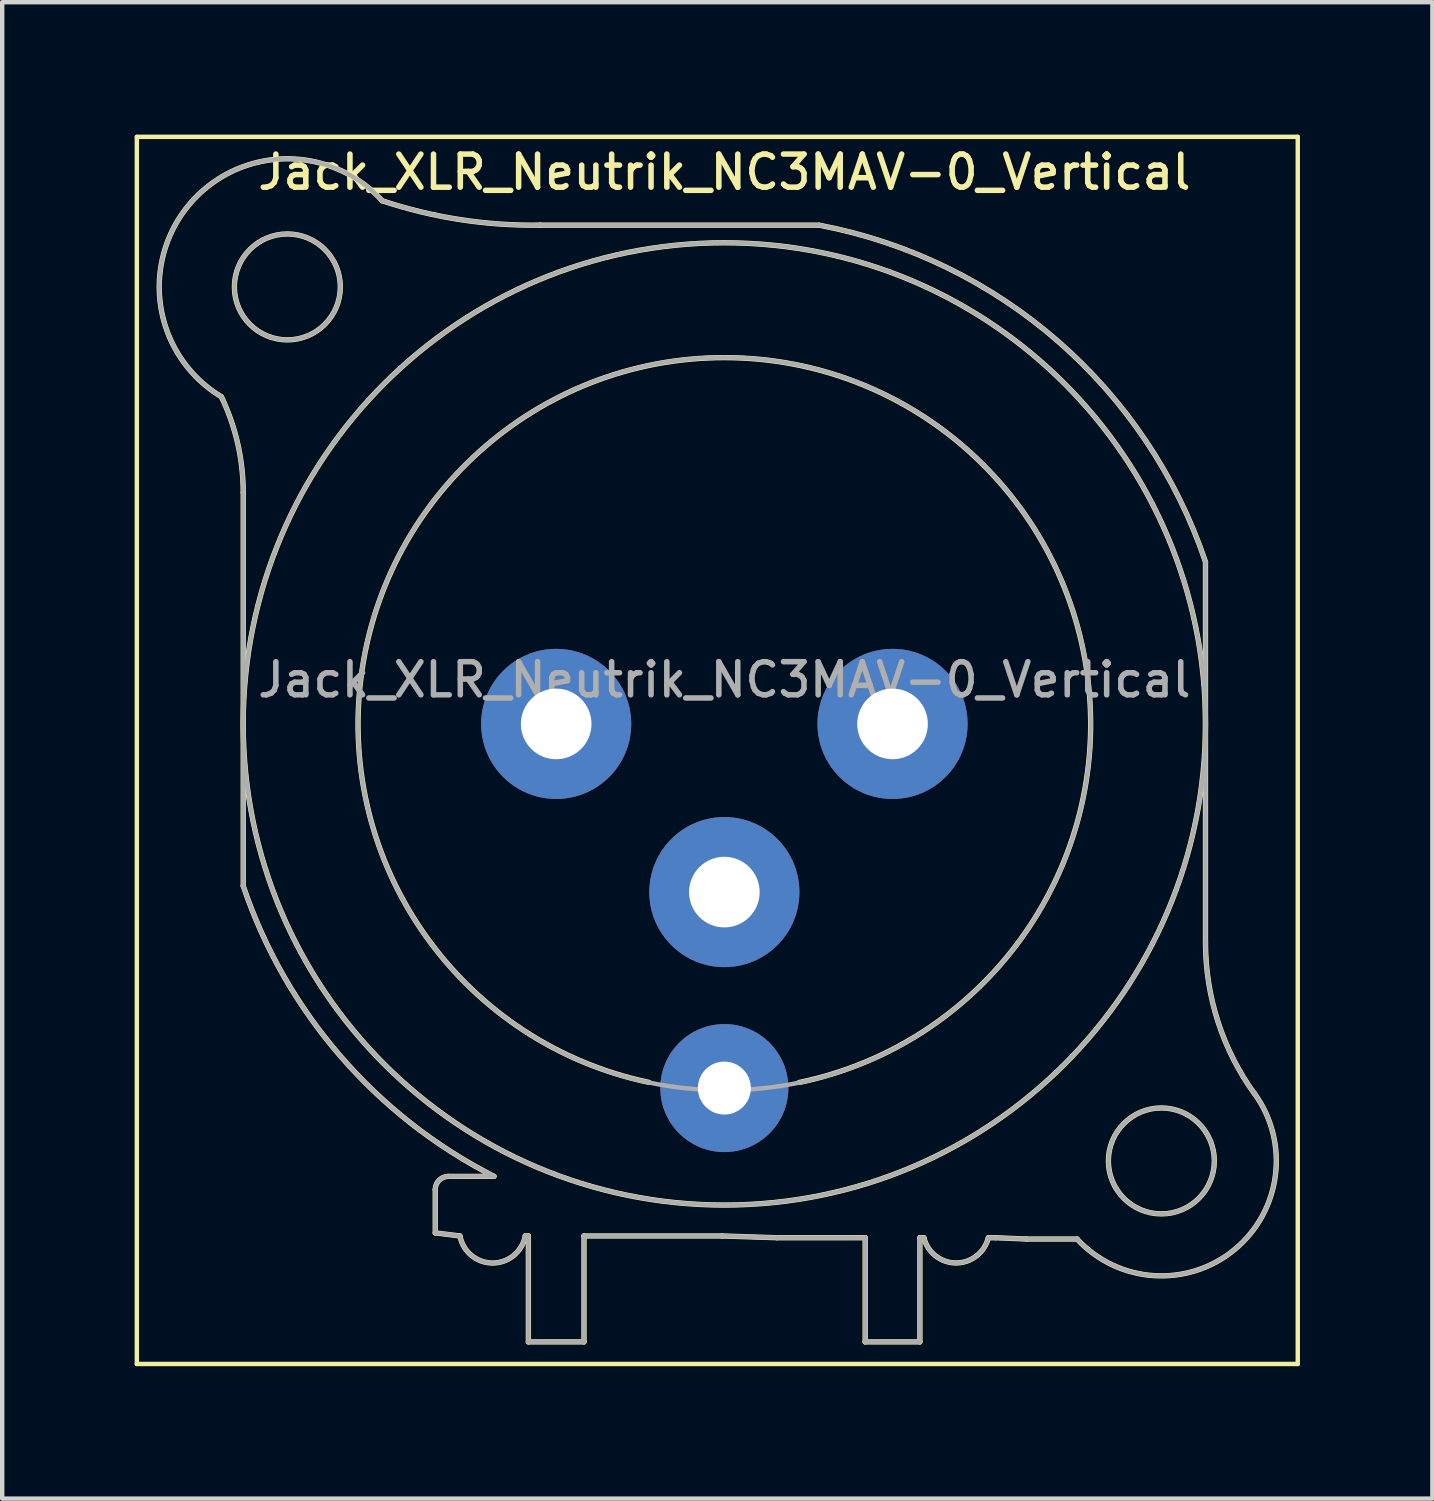
<source format=kicad_pcb>
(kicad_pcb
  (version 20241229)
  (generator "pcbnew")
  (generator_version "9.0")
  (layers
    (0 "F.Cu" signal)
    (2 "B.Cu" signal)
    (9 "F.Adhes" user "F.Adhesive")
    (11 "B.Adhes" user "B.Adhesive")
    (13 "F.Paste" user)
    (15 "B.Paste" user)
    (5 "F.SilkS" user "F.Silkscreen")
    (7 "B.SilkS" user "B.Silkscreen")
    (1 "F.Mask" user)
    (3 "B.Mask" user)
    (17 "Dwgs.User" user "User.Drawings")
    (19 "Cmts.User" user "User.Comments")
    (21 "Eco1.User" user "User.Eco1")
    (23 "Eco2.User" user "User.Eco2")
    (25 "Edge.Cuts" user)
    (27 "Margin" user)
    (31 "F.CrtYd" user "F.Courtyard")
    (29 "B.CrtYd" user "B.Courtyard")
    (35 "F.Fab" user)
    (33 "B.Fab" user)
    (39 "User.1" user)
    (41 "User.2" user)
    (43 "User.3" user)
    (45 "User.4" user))
  (footprint "Jack_XLR_Neutrik_NC3MAV-0_Vertical"
    (layer "F.Cu")
    (at 9.55 13.35)
    (property "Reference" "Jack_XLR_Neutrik_NC3MAV-0_Vertical" (at 3.81 -12.5 0) (layer "F.SilkS") (effects (font (size 0.75 0.75) (thickness 0.125))))
    (attr through_hole)
    (fp_line (start -9.5 -13.3) (end 16.8 -13.3) (stroke (width 0.1) (type solid)) (layer "F.SilkS"))
    (fp_line (start -9.5 14.5) (end -9.5 -13.3) (stroke (width 0.1) (type solid)) (layer "F.SilkS"))
    (fp_line (start -7.09 3.67) (end -7.09 -5.24) (stroke (width 0.12) (type solid)) (layer "F.SilkS"))
    (fp_line (start -2.74 11.53) (end -2.74 10.55) (stroke (width 0.12) (type solid)) (layer "F.SilkS"))
    (fp_line (start -2.74 11.53) (end -2.18 11.6) (stroke (width 0.12) (type solid)) (layer "F.SilkS"))
    (fp_line (start -1.41 10.25) (end -2.44 10.25) (stroke (width 0.12) (type solid)) (layer "F.SilkS"))
    (fp_line (start -0.7 11.6) (end -0.63 11.6) (stroke (width 0.12) (type solid)) (layer "F.SilkS"))
    (fp_line (start -0.63 11.6) (end -0.63 14) (stroke (width 0.12) (type solid)) (layer "F.SilkS"))
    (fp_line (start 0.63 11.6) (end 0.63 14) (stroke (width 0.12) (type solid)) (layer "F.SilkS"))
    (fp_line (start 0.63 11.6) (end 3.76 11.6) (stroke (width 0.12) (type solid)) (layer "F.SilkS"))
    (fp_line (start 0.63 14) (end -0.63 14) (stroke (width 0.12) (type solid)) (layer "F.SilkS"))
    (fp_line (start 3.76 11.6) (end 5 11.64) (stroke (width 0.12) (type solid)) (layer "F.SilkS"))
    (fp_line (start 5 11.64) (end 7 11.64) (stroke (width 0.12) (type solid)) (layer "F.SilkS"))
    (fp_line (start 5.95 -11.3) (end -0.36 -11.3) (stroke (width 0.12) (type solid)) (layer "F.SilkS"))
    (fp_line (start 7 11.64) (end 7 14) (stroke (width 0.12) (type solid)) (layer "F.SilkS"))
    (fp_line (start 8.24 11.64) (end 8.24 14) (stroke (width 0.12) (type solid)) (layer "F.SilkS"))
    (fp_line (start 8.24 11.64) (end 8.33 11.64) (stroke (width 0.12) (type solid)) (layer "F.SilkS"))
    (fp_line (start 8.24 14) (end 7 14) (stroke (width 0.12) (type solid)) (layer "F.SilkS"))
    (fp_line (start 9.79 11.64) (end 9.96 11.64) (stroke (width 0.12) (type solid)) (layer "F.SilkS"))
    (fp_line (start 9.96 11.64) (end 10.66 11.67) (stroke (width 0.12) (type solid)) (layer "F.SilkS"))
    (fp_line (start 10.66 11.67) (end 11.8 11.67) (stroke (width 0.12) (type solid)) (layer "F.SilkS"))
    (fp_line (start 14.71 -3.67) (end 14.71 4.95) (stroke (width 0.12) (type solid)) (layer "F.SilkS"))
    (fp_line (start 16.8 -13.3) (end 16.8 14.5) (stroke (width 0.1) (type solid)) (layer "F.SilkS"))
    (fp_line (start 16.8 14.5) (end -9.5 14.5) (stroke (width 0.1) (type solid)) (layer "F.SilkS"))
    (fp_arc (start -7.593301 -7.417041) (mid -8.329941 -11.745986) (end -3.94 -11.85) (stroke (width 0.12) (type solid)) (layer "F.SilkS"))
    (fp_arc (start -7.585604 -7.412632) (mid -7.215472 -6.354221) (end -7.09 -5.24) (stroke (width 0.12) (type solid)) (layer "F.SilkS"))
    (fp_arc (start -2.74 10.55) (mid -2.652132 10.337868) (end -2.44 10.25) (stroke (width 0.12) (type solid)) (layer "F.SilkS"))
    (fp_arc (start -1.409988 10.248445) (mid -4.895314 7.51641) (end -7.09 3.67) (stroke (width 0.12) (type solid)) (layer "F.SilkS"))
    (fp_arc (start -0.699936 11.599661) (mid -1.439828 12.213127) (end -2.18 11.6) (stroke (width 0.12) (type solid)) (layer "F.SilkS"))
    (fp_arc (start -0.36 -11.3) (mid -2.1728 -11.424322) (end -3.939109 -11.850762) (stroke (width 0.12) (type solid)) (layer "F.SilkS"))
    (fp_arc (start 2.1 8.12) (mid 3.816114 -8.2981) (end 5.508033 8.122511) (stroke (width 0.12) (type solid)) (layer "F.SilkS"))
    (fp_arc (start 5.963496 -11.297847) (mid 11.369395 -8.668013) (end 14.71 -3.67) (stroke (width 0.12) (type solid)) (layer "F.SilkS"))
    (fp_arc (start 9.789694 11.641238) (mid 9.059362 12.211864) (end 8.33 11.64) (stroke (width 0.12) (type solid)) (layer "F.SilkS"))
    (fp_arc (start 15.815277 8.372002) (mid 14.993173 6.748036) (end 14.71 4.95) (stroke (width 0.12) (type solid)) (layer "F.SilkS"))
    (fp_arc (start 15.818809 8.372281) (mid 15.361853 11.913053) (end 11.8 11.67) (stroke (width 0.12) (type solid)) (layer "F.SilkS"))
    (fp_circle (center -6.09 -9.9) (end -4.89 -9.9) (stroke (width 0.12) (type solid)) (fill no) (layer "F.SilkS"))
    (fp_circle (center 3.81 0) (end 14.71 0) (stroke (width 0.12) (type solid)) (fill no) (layer "F.SilkS"))
    (fp_circle (center 13.71 9.9) (end 14.91 9.9) (stroke (width 0.12) (type solid)) (fill no) (layer "F.SilkS"))
    (fp_line (start -7.09 3.67) (end -7.09 -5.24) (stroke (width 0.1) (type solid)) (layer "F.Fab"))
    (fp_line (start -2.74 11.53) (end -2.74 10.55) (stroke (width 0.1) (type solid)) (layer "F.Fab"))
    (fp_line (start -2.74 11.53) (end -2.18 11.6) (stroke (width 0.1) (type solid)) (layer "F.Fab"))
    (fp_line (start -1.41 10.25) (end -2.44 10.25) (stroke (width 0.1) (type solid)) (layer "F.Fab"))
    (fp_line (start -0.7 11.6) (end -0.63 11.6) (stroke (width 0.1) (type solid)) (layer "F.Fab"))
    (fp_line (start -0.63 11.6) (end -0.63 14) (stroke (width 0.1) (type solid)) (layer "F.Fab"))
    (fp_line (start 0.63 11.6) (end 0.63 14) (stroke (width 0.1) (type solid)) (layer "F.Fab"))
    (fp_line (start 0.63 11.6) (end 3.76 11.6) (stroke (width 0.1) (type solid)) (layer "F.Fab"))
    (fp_line (start 0.63 14) (end -0.63 14) (stroke (width 0.1) (type solid)) (layer "F.Fab"))
    (fp_line (start 3.76 11.6) (end 5 11.64) (stroke (width 0.1) (type solid)) (layer "F.Fab"))
    (fp_line (start 5 11.64) (end 7 11.64) (stroke (width 0.1) (type solid)) (layer "F.Fab"))
    (fp_line (start 5.95 -11.3) (end -0.36 -11.3) (stroke (width 0.1) (type solid)) (layer "F.Fab"))
    (fp_line (start 7 11.64) (end 7 14) (stroke (width 0.1) (type solid)) (layer "F.Fab"))
    (fp_line (start 8.24 11.64) (end 8.24 14) (stroke (width 0.1) (type solid)) (layer "F.Fab"))
    (fp_line (start 8.24 11.64) (end 8.33 11.64) (stroke (width 0.1) (type solid)) (layer "F.Fab"))
    (fp_line (start 8.24 14) (end 7 14) (stroke (width 0.1) (type solid)) (layer "F.Fab"))
    (fp_line (start 9.79 11.64) (end 9.96 11.64) (stroke (width 0.1) (type solid)) (layer "F.Fab"))
    (fp_line (start 9.96 11.64) (end 10.66 11.67) (stroke (width 0.1) (type solid)) (layer "F.Fab"))
    (fp_line (start 10.66 11.67) (end 11.8 11.67) (stroke (width 0.1) (type solid)) (layer "F.Fab"))
    (fp_line (start 14.71 -3.67) (end 14.71 4.95) (stroke (width 0.1) (type solid)) (layer "F.Fab"))
    (fp_arc (start -7.593301 -7.417041) (mid -8.329941 -11.745986) (end -3.94 -11.85) (stroke (width 0.1) (type solid)) (layer "F.Fab"))
    (fp_arc (start -7.585604 -7.412632) (mid -7.215472 -6.354221) (end -7.09 -5.24) (stroke (width 0.1) (type solid)) (layer "F.Fab"))
    (fp_arc (start -2.74 10.55) (mid -2.652132 10.337868) (end -2.44 10.25) (stroke (width 0.1) (type solid)) (layer "F.Fab"))
    (fp_arc (start -1.409988 10.248445) (mid -4.895314 7.51641) (end -7.09 3.67) (stroke (width 0.1) (type solid)) (layer "F.Fab"))
    (fp_arc (start -0.699936 11.599661) (mid -1.439828 12.213127) (end -2.18 11.6) (stroke (width 0.1) (type solid)) (layer "F.Fab"))
    (fp_arc (start -0.36 -11.3) (mid -2.1728 -11.424322) (end -3.939109 -11.850762) (stroke (width 0.1) (type solid)) (layer "F.Fab"))
    (fp_arc (start 5.963496 -11.297847) (mid 11.369395 -8.668013) (end 14.71 -3.67) (stroke (width 0.1) (type solid)) (layer "F.Fab"))
    (fp_arc (start 9.789694 11.641238) (mid 9.059362 12.211864) (end 8.33 11.64) (stroke (width 0.1) (type solid)) (layer "F.Fab"))
    (fp_arc (start 15.815277 8.372002) (mid 14.993173 6.748036) (end 14.71 4.95) (stroke (width 0.1) (type solid)) (layer "F.Fab"))
    (fp_arc (start 15.818809 8.372281) (mid 15.361853 11.913053) (end 11.8 11.67) (stroke (width 0.1) (type solid)) (layer "F.Fab"))
    (fp_circle (center -6.09 -9.9) (end -4.89 -9.9) (stroke (width 0.1) (type solid)) (fill no) (layer "F.Fab"))
    (fp_circle (center 3.81 0) (end 12.11 0) (stroke (width 0.1) (type solid)) (fill no) (layer "F.Fab"))
    (fp_circle (center 3.81 0) (end 14.71 0) (stroke (width 0.1) (type solid)) (fill no) (layer "F.Fab"))
    (fp_circle (center 13.71 9.9) (end 14.91 9.9) (stroke (width 0.1) (type solid)) (fill no) (layer "F.Fab"))
    (fp_text user "${REFERENCE}" (at 3.81 -1 0) (layer "F.Fab") (effects (font (size 0.75 0.75) (thickness 0.125))))
    (pad "1" thru_hole circle (at 0 0) (size 3.4 3.4) (drill 1.6) (layers "*.Cu" "*.Mask"))
    (pad "2" thru_hole circle (at 7.62 0) (size 3.4 3.4) (drill 1.6) (layers "*.Cu" "*.Mask"))
    (pad "3" thru_hole circle (at 3.81 3.81) (size 3.4 3.4) (drill 1.6) (layers "*.Cu" "*.Mask"))
    (pad "G" thru_hole circle (at 3.81 8.25) (size 2.9 2.9) (drill 1.2) (layers "*.Cu" "*.Mask")))
  (gr_rect
    (start -3 -3)
    (end 29.4 30.9)
    (stroke (width 0.1) (type default))
    (fill no)
    (layer "Edge.Cuts")))
</source>
